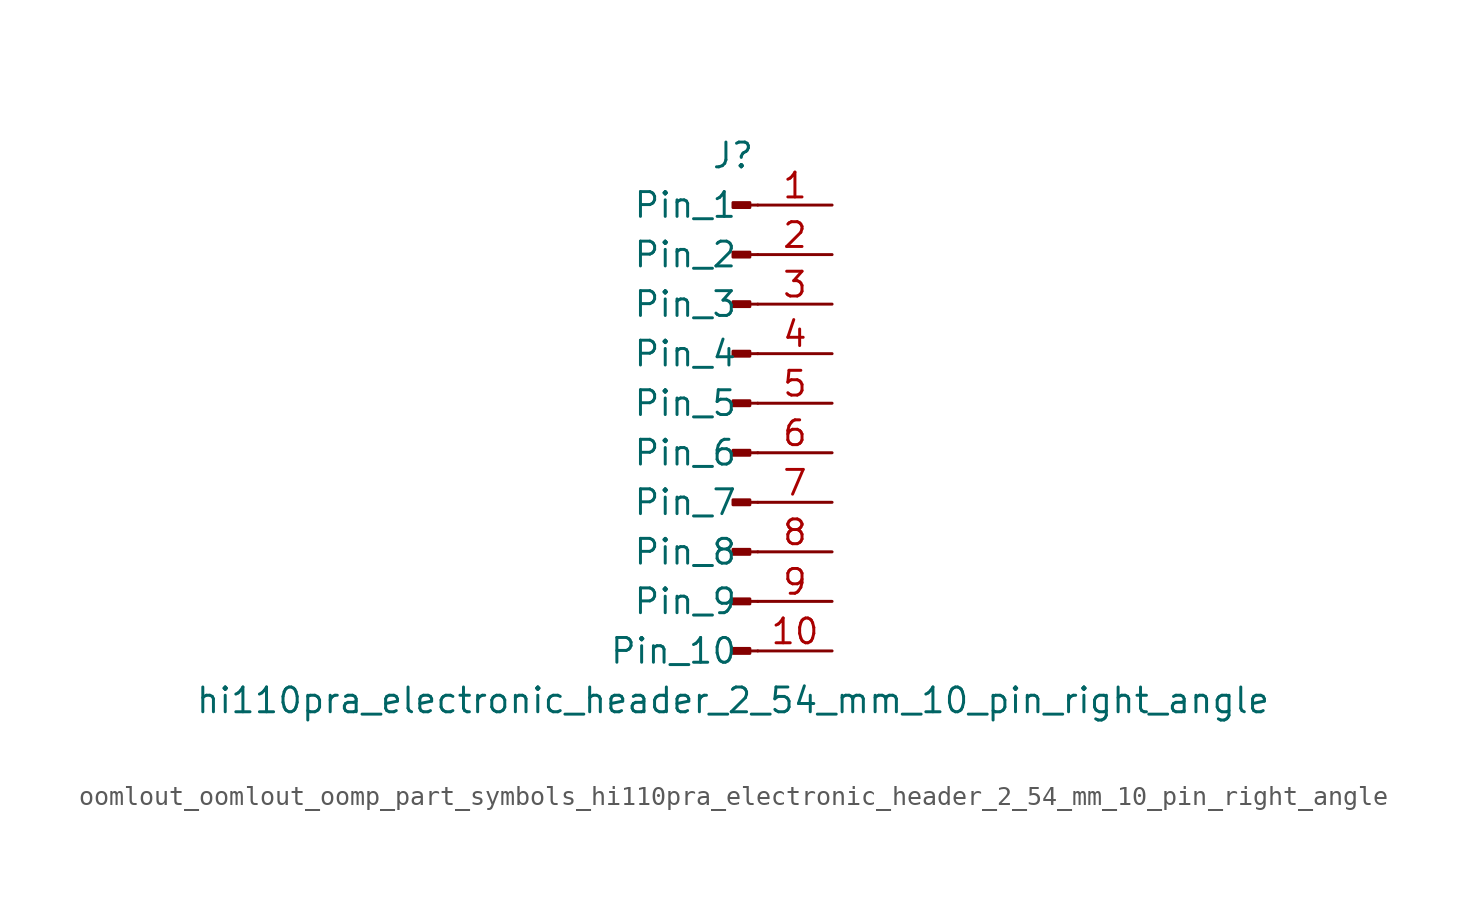
<source format=kicad_sym>
(kicad_symbol_lib
  (version 20220914)
  (generator kicad_symbol_editor)
  (symbol "oomlout_oomlout_oomp_part_symbols_hi110pra_electronic_header_2_54_mm_10_pin_right_angle"
    (pin_names
      (offset 1.016))
    (property "Reference" "J"
      (at 0 12.7 0)
      (effects (font (size 1.27 1.27))))
    (property "Value" "hi110pra_electronic_header_2_54_mm_10_pin_right_angle"
      (at 0 -15.24 0)
      (effects (font (size 1.27 1.27))))
    (property "ki_locked" ""
      (at 0 0 0)
      (effects (font (size 1.27 1.27))))
    (symbol "oomlout_oomlout_oomp_part_symbols_hi110pra_electronic_header_2_54_mm_10_pin_right_angle_1_1"
      (polyline (pts (xy 1.27 -12.7) (xy 0.864 -12.7)) (stroke (width 0.152) (type default)) (fill (type none)))
      (polyline (pts (xy 1.27 -10.16) (xy 0.864 -10.16)) (stroke (width 0.152) (type default)) (fill (type none)))
      (polyline (pts (xy 1.27 -7.62) (xy 0.864 -7.62)) (stroke (width 0.152) (type default)) (fill (type none)))
      (polyline (pts (xy 1.27 -5.08) (xy 0.864 -5.08)) (stroke (width 0.152) (type default)) (fill (type none)))
      (polyline (pts (xy 1.27 -2.54) (xy 0.864 -2.54)) (stroke (width 0.152) (type default)) (fill (type none)))
      (polyline (pts (xy 1.27 0) (xy 0.864 0)) (stroke (width 0.152) (type default)) (fill (type none)))
      (polyline (pts (xy 1.27 2.54) (xy 0.864 2.54)) (stroke (width 0.152) (type default)) (fill (type none)))
      (polyline (pts (xy 1.27 5.08) (xy 0.864 5.08)) (stroke (width 0.152) (type default)) (fill (type none)))
      (polyline (pts (xy 1.27 7.62) (xy 0.864 7.62)) (stroke (width 0.152) (type default)) (fill (type none)))
      (polyline (pts (xy 1.27 10.16) (xy 0.864 10.16)) (stroke (width 0.152) (type default)) (fill (type none)))
      (rectangle (start 0.864 -12.573) (end 0 -12.827) (stroke (width 0.152) (type default)) (fill (type outline)))
      (rectangle (start 0.864 -10.033) (end 0 -10.287) (stroke (width 0.152) (type default)) (fill (type outline)))
      (rectangle (start 0.864 -7.493) (end 0 -7.747) (stroke (width 0.152) (type default)) (fill (type outline)))
      (rectangle (start 0.864 -4.953) (end 0 -5.207) (stroke (width 0.152) (type default)) (fill (type outline)))
      (rectangle (start 0.864 -2.413) (end 0 -2.667) (stroke (width 0.152) (type default)) (fill (type outline)))
      (rectangle (start 0.864 0.127) (end 0 -0.127) (stroke (width 0.152) (type default)) (fill (type outline)))
      (rectangle (start 0.864 2.667) (end 0 2.413) (stroke (width 0.152) (type default)) (fill (type outline)))
      (rectangle (start 0.864 5.207) (end 0 4.953) (stroke (width 0.152) (type default)) (fill (type outline)))
      (rectangle (start 0.864 7.747) (end 0 7.493) (stroke (width 0.152) (type default)) (fill (type outline)))
      (rectangle (start 0.864 10.287) (end 0 10.033) (stroke (width 0.152) (type default)) (fill (type outline)))
      (pin passive line (at 5.08 10.16 180) (length 3.81) (name "Pin_1" (effects (font (size 1.27 1.27)))) (number "1" (effects (font (size 1.27 1.27)))))
      (pin passive line (at 5.08 -12.7 180) (length 3.81) (name "Pin_10" (effects (font (size 1.27 1.27)))) (number "10" (effects (font (size 1.27 1.27)))))
      (pin passive line (at 5.08 7.62 180) (length 3.81) (name "Pin_2" (effects (font (size 1.27 1.27)))) (number "2" (effects (font (size 1.27 1.27)))))
      (pin passive line (at 5.08 5.08 180) (length 3.81) (name "Pin_3" (effects (font (size 1.27 1.27)))) (number "3" (effects (font (size 1.27 1.27)))))
      (pin passive line (at 5.08 2.54 180) (length 3.81) (name "Pin_4" (effects (font (size 1.27 1.27)))) (number "4" (effects (font (size 1.27 1.27)))))
      (pin passive line (at 5.08 0 180) (length 3.81) (name "Pin_5" (effects (font (size 1.27 1.27)))) (number "5" (effects (font (size 1.27 1.27)))))
      (pin passive line (at 5.08 -2.54 180) (length 3.81) (name "Pin_6" (effects (font (size 1.27 1.27)))) (number "6" (effects (font (size 1.27 1.27)))))
      (pin passive line (at 5.08 -5.08 180) (length 3.81) (name "Pin_7" (effects (font (size 1.27 1.27)))) (number "7" (effects (font (size 1.27 1.27)))))
      (pin passive line (at 5.08 -7.62 180) (length 3.81) (name "Pin_8" (effects (font (size 1.27 1.27)))) (number "8" (effects (font (size 1.27 1.27)))))
      (pin passive line (at 5.08 -10.16 180) (length 3.81) (name "Pin_9" (effects (font (size 1.27 1.27)))) (number "9" (effects (font (size 1.27 1.27))))))))
</source>
